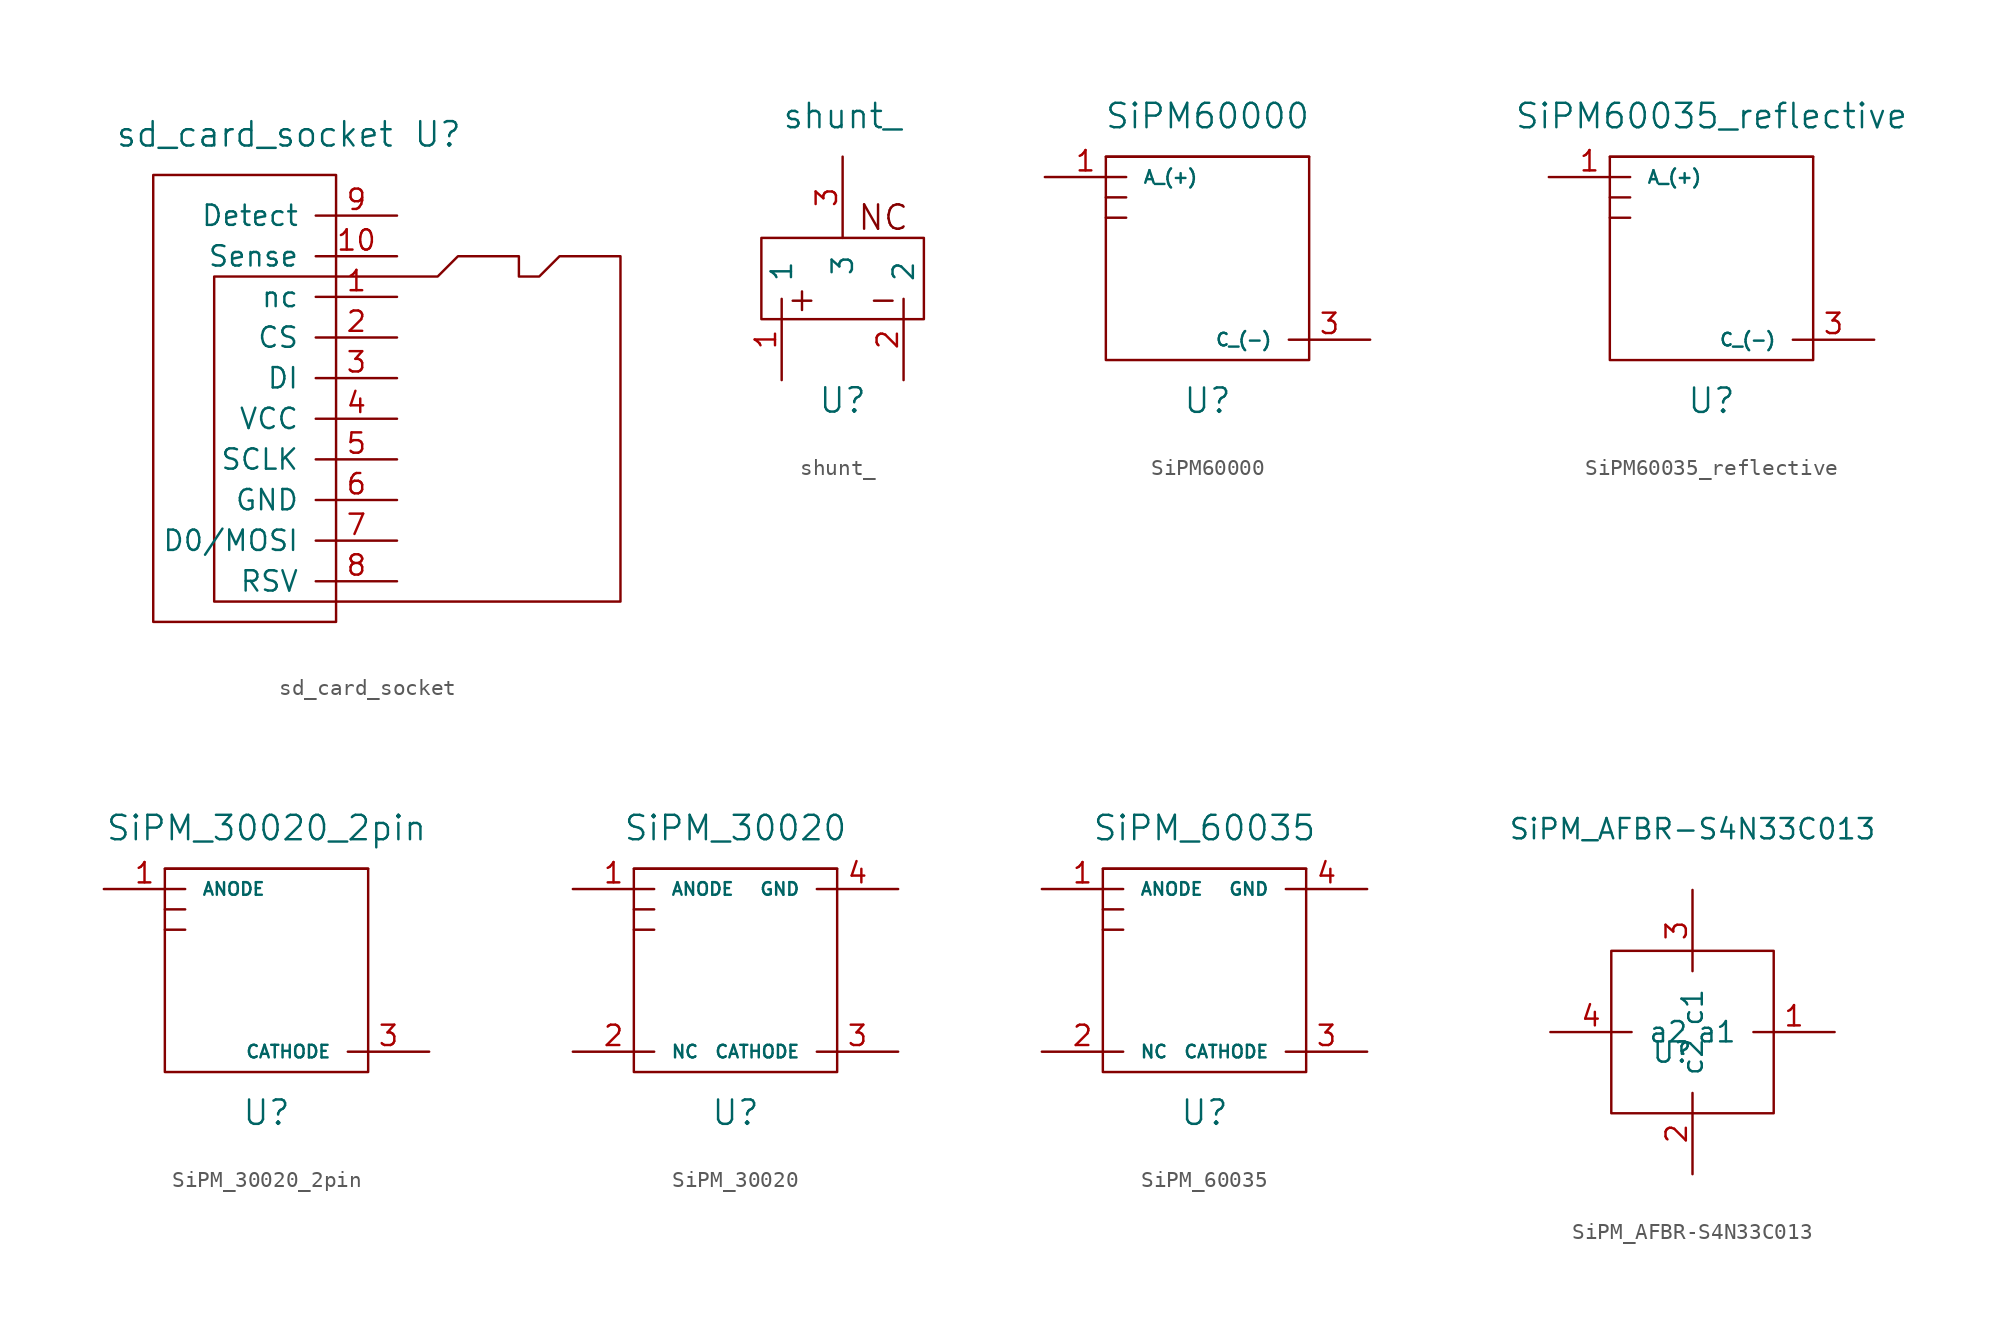
<source format=kicad_sym>
(kicad_symbol_lib
  (version 20220914)
  (generator kicad_symbol_editor)
  (symbol "sd_card_socket"
    (pin_names
      (offset 1.016))
    (property "Reference" "U"
      (at 11.43 26.67 0)
      (effects (font (size 1.524 1.524))))
    (property "Value" "sd_card_socket"
      (at 0 26.67 0)
      (effects (font (size 1.524 1.524))))
    (property "Footprint" ""
      (at -1.27 0 0)
      (effects (font (size 1.524 1.524))))
    (property "Datasheet" ""
      (at -1.27 0 0)
      (effects (font (size 1.524 1.524))))
    (symbol "sd_card_socket_0_1"
      (polyline (pts (xy -1.27 17.78) (xy 11.43 17.78) (xy 12.7 19.05) (xy 16.51 19.05) (xy 16.51 17.78) (xy 17.78 17.78) (xy 19.05 19.05) (xy 22.86 19.05) (xy 22.86 -2.54) (xy -2.54 -2.54) (xy -2.54 17.78) (xy -1.27 17.78)) (stroke (width 0) (type solid)) (fill (type none)))
      (rectangle (start 5.08 24.13) (end -6.35 -3.81) (stroke (width 0) (type solid)) (fill (type none))))
    (symbol "sd_card_socket_1_1"
      (pin input line (at 8.89 16.51 180) (length 5.08) (name "nc" (effects (font (size 1.27 1.27)))) (number "1" (effects (font (size 1.27 1.27)))))
      (pin input line (at 8.89 19.05 180) (length 5.08) (name "Sense" (effects (font (size 1.27 1.27)))) (number "10" (effects (font (size 1.27 1.27)))))
      (pin input line (at 8.89 13.97 180) (length 5.08) (name "CS" (effects (font (size 1.27 1.27)))) (number "2" (effects (font (size 1.27 1.27)))))
      (pin input line (at 8.89 11.43 180) (length 5.08) (name "DI" (effects (font (size 1.27 1.27)))) (number "3" (effects (font (size 1.27 1.27)))))
      (pin input line (at 8.89 8.89 180) (length 5.08) (name "VCC" (effects (font (size 1.27 1.27)))) (number "4" (effects (font (size 1.27 1.27)))))
      (pin input line (at 8.89 6.35 180) (length 5.08) (name "SCLK" (effects (font (size 1.27 1.27)))) (number "5" (effects (font (size 1.27 1.27)))))
      (pin input line (at 8.89 3.81 180) (length 5.08) (name "GND" (effects (font (size 1.27 1.27)))) (number "6" (effects (font (size 1.27 1.27)))))
      (pin input line (at 8.89 1.27 180) (length 5.08) (name "D0/MOSI" (effects (font (size 1.27 1.27)))) (number "7" (effects (font (size 1.27 1.27)))))
      (pin input line (at 8.89 -1.27 180) (length 5.08) (name "RSV" (effects (font (size 1.27 1.27)))) (number "8" (effects (font (size 1.27 1.27)))))
      (pin input line (at 8.89 21.59 180) (length 5.08) (name "Detect" (effects (font (size 1.27 1.27)))) (number "9" (effects (font (size 1.27 1.27)))))))
  (symbol "shunt_"
    (pin_names
      (offset 1.016))
    (property "Reference" "U"
      (at 0 -7.62 0)
      (effects (font (size 1.524 1.524))))
    (property "Value" "shunt_"
      (at 0 10.16 0)
      (effects (font (size 1.524 1.524))))
    (property "Footprint" ""
      (at 0 0 0)
      (effects (font (size 1.524 1.524))))
    (property "Datasheet" ""
      (at 0 0 0)
      (effects (font (size 1.524 1.524))))
    (symbol "shunt__0_0"
      (text "+" (at -2.54 -1.27 0) (effects (font (size 1.524 1.524))))
      (text "-" (at 2.54 -1.27 0) (effects (font (size 1.524 1.524))))
      (text "NC" (at 2.54 3.81 0) (effects (font (size 1.524 1.524)))))
    (symbol "shunt__0_1"
      (rectangle (start -5.08 2.54) (end 5.08 -2.54) (stroke (width 0) (type solid)) (fill (type none))))
    (symbol "shunt__1_1"
      (pin input line (at -3.81 -6.35 90) (length 5.08) (name "1" (effects (font (size 1.27 1.27)))) (number "1" (effects (font (size 1.27 1.27)))))
      (pin input line (at 3.81 -6.35 90) (length 5.08) (name "2" (effects (font (size 1.27 1.27)))) (number "2" (effects (font (size 1.27 1.27)))))
      (pin input line (at 0 7.62 270) (length 5.08) (name "3" (effects (font (size 1.27 1.27)))) (number "3" (effects (font (size 1.27 1.27)))))))
  (symbol "SiPM60000"
    (pin_names
      (offset 1.016))
    (property "Reference" "U"
      (at 0 -8.89 0)
      (effects (font (size 1.524 1.524))))
    (property "Value" "SiPM60000"
      (at 0 8.89 0)
      (effects (font (size 1.524 1.524))))
    (property "Footprint" ""
      (at 0 0 0)
      (effects (font (size 1.524 1.524))))
    (property "Datasheet" ""
      (at 0 0 0)
      (effects (font (size 1.524 1.524))))
    (symbol "SiPM60000_0_1"
      (rectangle (start -6.35 2.54) (end -5.08 2.54) (stroke (width 0) (type solid)) (fill (type none)))
      (rectangle (start -6.35 3.81) (end -5.08 3.81) (stroke (width 0) (type solid)) (fill (type none)))
      (rectangle (start -6.35 6.35) (end 6.35 6.35) (stroke (width 0) (type solid)) (fill (type none)))
      (rectangle (start 6.35 6.35) (end -6.35 -6.35) (stroke (width 0) (type solid)) (fill (type none))))
    (symbol "SiPM60000_1_1"
      (pin input line (at -10.16 5.08 0) (length 5.08) (name "A_(+)" (effects (font (size 0.787 0.787)))) (number "1" (effects (font (size 1.27 1.27)))))
      (pin input line (at 10.16 -5.08 180) (length 5.08) (name "C_(-)" (effects (font (size 0.787 0.787)))) (number "3" (effects (font (size 1.27 1.27)))))))
  (symbol "SiPM60035_reflective"
    (pin_names
      (offset 1.016))
    (property "Reference" "U"
      (at 0 -8.89 0)
      (effects (font (size 1.524 1.524))))
    (property "Value" "SiPM60035_reflective"
      (at 0 8.89 0)
      (effects (font (size 1.524 1.524))))
    (property "Footprint" ""
      (at 0 0 0)
      (effects (font (size 1.524 1.524))))
    (property "Datasheet" ""
      (at 0 0 0)
      (effects (font (size 1.524 1.524))))
    (symbol "SiPM60035_reflective_0_1"
      (rectangle (start -6.35 2.54) (end -5.08 2.54) (stroke (width 0) (type solid)) (fill (type none)))
      (rectangle (start -6.35 3.81) (end -5.08 3.81) (stroke (width 0) (type solid)) (fill (type none)))
      (rectangle (start -6.35 6.35) (end 6.35 6.35) (stroke (width 0) (type solid)) (fill (type none)))
      (rectangle (start 6.35 6.35) (end -6.35 -6.35) (stroke (width 0) (type solid)) (fill (type none))))
    (symbol "SiPM60035_reflective_1_1"
      (pin input line (at -10.16 5.08 0) (length 5.08) (name "A_(+)" (effects (font (size 0.787 0.787)))) (number "1" (effects (font (size 1.27 1.27)))))
      (pin input line (at 10.16 -5.08 180) (length 5.08) (name "C_(-)" (effects (font (size 0.787 0.787)))) (number "3" (effects (font (size 1.27 1.27)))))))
  (symbol "SiPM_30020_2pin"
    (pin_names
      (offset 1.016))
    (property "Reference" "U"
      (at 0 -8.89 0)
      (effects (font (size 1.524 1.524))))
    (property "Value" "SiPM_30020_2pin"
      (at 0 8.89 0)
      (effects (font (size 1.524 1.524))))
    (property "Footprint" ""
      (at 0 0 0)
      (effects (font (size 1.524 1.524))))
    (property "Datasheet" ""
      (at 0 0 0)
      (effects (font (size 1.524 1.524))))
    (symbol "SiPM_30020_2pin_0_1"
      (rectangle (start -6.35 2.54) (end -5.08 2.54) (stroke (width 0) (type solid)) (fill (type none)))
      (rectangle (start -6.35 3.81) (end -5.08 3.81) (stroke (width 0) (type solid)) (fill (type none)))
      (rectangle (start -6.35 6.35) (end 6.35 6.35) (stroke (width 0) (type solid)) (fill (type none)))
      (rectangle (start 6.35 6.35) (end -6.35 -6.35) (stroke (width 0) (type solid)) (fill (type none))))
    (symbol "SiPM_30020_2pin_1_1"
      (pin input line (at -10.16 5.08 0) (length 5.08) (name "ANODE" (effects (font (size 0.787 0.787)))) (number "1" (effects (font (size 1.27 1.27)))))
      (pin input line (at 10.16 -5.08 180) (length 5.08) (name "CATHODE" (effects (font (size 0.787 0.787)))) (number "3" (effects (font (size 1.27 1.27)))))))
  (symbol "SiPM_30020"
    (pin_names
      (offset 1.016))
    (property "Reference" "U"
      (at 0 -8.89 0)
      (effects (font (size 1.524 1.524))))
    (property "Value" "SiPM_30020"
      (at 0 8.89 0)
      (effects (font (size 1.524 1.524))))
    (property "Footprint" ""
      (at 0 0 0)
      (effects (font (size 1.524 1.524))))
    (property "Datasheet" ""
      (at 0 0 0)
      (effects (font (size 1.524 1.524))))
    (symbol "SiPM_30020_0_1"
      (rectangle (start -6.35 2.54) (end -5.08 2.54) (stroke (width 0) (type solid)) (fill (type none)))
      (rectangle (start -6.35 3.81) (end -5.08 3.81) (stroke (width 0) (type solid)) (fill (type none)))
      (rectangle (start -6.35 6.35) (end 6.35 6.35) (stroke (width 0) (type solid)) (fill (type none)))
      (rectangle (start 6.35 6.35) (end -6.35 -6.35) (stroke (width 0) (type solid)) (fill (type none))))
    (symbol "SiPM_30020_1_1"
      (pin input line (at -10.16 5.08 0) (length 5.08) (name "ANODE" (effects (font (size 0.787 0.787)))) (number "1" (effects (font (size 1.27 1.27)))))
      (pin input line (at -10.16 -5.08 0) (length 5.08) (name "NC" (effects (font (size 0.787 0.787)))) (number "2" (effects (font (size 1.27 1.27)))))
      (pin input line (at 10.16 -5.08 180) (length 5.08) (name "CATHODE" (effects (font (size 0.787 0.787)))) (number "3" (effects (font (size 1.27 1.27)))))
      (pin input line (at 10.16 5.08 180) (length 5.08) (name "GND" (effects (font (size 0.787 0.787)))) (number "4" (effects (font (size 1.27 1.27)))))))
  (symbol "SiPM_60035"
    (pin_names
      (offset 1.016))
    (property "Reference" "U"
      (at 0 -8.89 0)
      (effects (font (size 1.524 1.524))))
    (property "Value" "SiPM_60035"
      (at 0 8.89 0)
      (effects (font (size 1.524 1.524))))
    (property "Footprint" ""
      (at 0 0 0)
      (effects (font (size 1.524 1.524))))
    (property "Datasheet" ""
      (at 0 0 0)
      (effects (font (size 1.524 1.524))))
    (symbol "SiPM_60035_0_1"
      (rectangle (start -6.35 2.54) (end -5.08 2.54) (stroke (width 0) (type solid)) (fill (type none)))
      (rectangle (start -6.35 3.81) (end -5.08 3.81) (stroke (width 0) (type solid)) (fill (type none)))
      (rectangle (start -6.35 6.35) (end 6.35 6.35) (stroke (width 0) (type solid)) (fill (type none)))
      (rectangle (start 6.35 6.35) (end -6.35 -6.35) (stroke (width 0) (type solid)) (fill (type none))))
    (symbol "SiPM_60035_1_1"
      (pin input line (at -10.16 5.08 0) (length 5.08) (name "ANODE" (effects (font (size 0.787 0.787)))) (number "1" (effects (font (size 1.27 1.27)))))
      (pin input line (at -10.16 -5.08 0) (length 5.08) (name "NC" (effects (font (size 0.787 0.787)))) (number "2" (effects (font (size 1.27 1.27)))))
      (pin input line (at 10.16 -5.08 180) (length 5.08) (name "CATHODE" (effects (font (size 0.787 0.787)))) (number "3" (effects (font (size 1.27 1.27)))))
      (pin input line (at 10.16 5.08 180) (length 5.08) (name "GND" (effects (font (size 0.787 0.787)))) (number "4" (effects (font (size 1.27 1.27)))))))
  (symbol "SiPM_AFBR-S4N33C013"
    (pin_names
      (offset 1.016))
    (property "Reference" "U"
      (at -1.27 -1.27 0)
      (effects (font (size 1.27 1.27))))
    (property "Value" "SiPM_AFBR-S4N33C013"
      (at 0 12.7 0)
      (effects (font (size 1.27 1.27))))
    (symbol "SiPM_AFBR-S4N33C013_0_1"
      (rectangle (start -5.08 5.08) (end 5.08 -5.08) (stroke (width 0) (type solid)) (fill (type none))))
    (symbol "SiPM_AFBR-S4N33C013_1_1"
      (pin input line (at 8.89 0 180) (length 5.08) (name "a1" (effects (font (size 1.27 1.27)))) (number "1" (effects (font (size 1.27 1.27)))))
      (pin input line (at 0 -8.89 90) (length 5.08) (name "c2" (effects (font (size 1.27 1.27)))) (number "2" (effects (font (size 1.27 1.27)))))
      (pin input line (at 0 8.89 270) (length 5.08) (name "c1" (effects (font (size 1.27 1.27)))) (number "3" (effects (font (size 1.27 1.27)))))
      (pin input line (at -8.89 0 0) (length 5.08) (name "a2" (effects (font (size 1.27 1.27)))) (number "4" (effects (font (size 1.27 1.27))))))))
</source>
